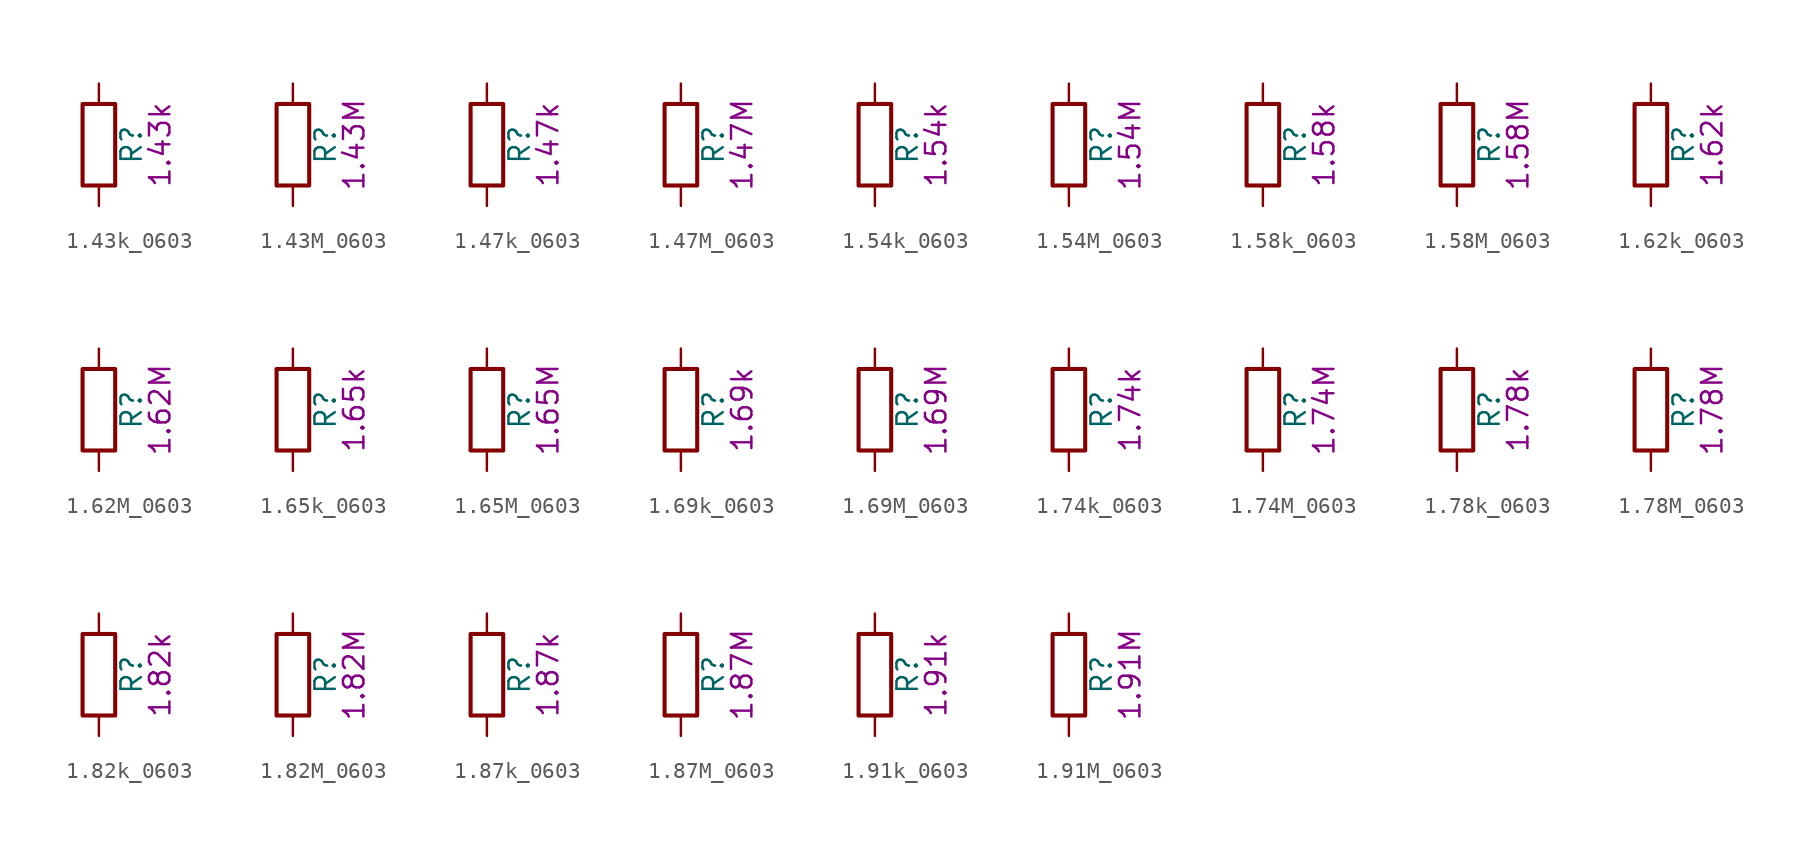
<source format=kicad_sym>
(kicad_symbol_lib
  (version 20211014)
  (generator kicad_symbol_editor)
  (symbol "1.43k_0603"
    (pin_numbers hide)
    (pin_names
      (offset 0))
    (property "Reference" "R"
      (at 2.032 0 90)
      (effects (font (size 1.27 1.27))))
    (property "Display" "1.43k"
      (at 3.81 0 90)
      (effects (font (size 1.27 1.27))))
    (symbol "1.43k_0603_0_1"
      (rectangle (start -1.016 -2.54) (end 1.016 2.54) (stroke (width 0.254) (type default) (color 0 0 0 0)) (fill (type none))))
    (symbol "1.43k_0603_1_1"
      (pin passive line (at 0 3.81 270) (length 1.27) (name "~" (effects (font (size 1.27 1.27)))) (number "1" (effects (font (size 1.27 1.27)))))
      (pin passive line (at 0 -3.81 90) (length 1.27) (name "~" (effects (font (size 1.27 1.27)))) (number "2" (effects (font (size 1.27 1.27)))))))
  (symbol "1.43M_0603"
    (pin_numbers hide)
    (pin_names
      (offset 0))
    (property "Reference" "R"
      (at 2.032 0 90)
      (effects (font (size 1.27 1.27))))
    (property "Display" "1.43M"
      (at 3.81 0 90)
      (effects (font (size 1.27 1.27))))
    (symbol "1.43M_0603_0_1"
      (rectangle (start -1.016 -2.54) (end 1.016 2.54) (stroke (width 0.254) (type default) (color 0 0 0 0)) (fill (type none))))
    (symbol "1.43M_0603_1_1"
      (pin passive line (at 0 3.81 270) (length 1.27) (name "~" (effects (font (size 1.27 1.27)))) (number "1" (effects (font (size 1.27 1.27)))))
      (pin passive line (at 0 -3.81 90) (length 1.27) (name "~" (effects (font (size 1.27 1.27)))) (number "2" (effects (font (size 1.27 1.27)))))))
  (symbol "1.47k_0603"
    (pin_numbers hide)
    (pin_names
      (offset 0))
    (property "Reference" "R"
      (at 2.032 0 90)
      (effects (font (size 1.27 1.27))))
    (property "Display" "1.47k"
      (at 3.81 0 90)
      (effects (font (size 1.27 1.27))))
    (symbol "1.47k_0603_0_1"
      (rectangle (start -1.016 -2.54) (end 1.016 2.54) (stroke (width 0.254) (type default) (color 0 0 0 0)) (fill (type none))))
    (symbol "1.47k_0603_1_1"
      (pin passive line (at 0 3.81 270) (length 1.27) (name "~" (effects (font (size 1.27 1.27)))) (number "1" (effects (font (size 1.27 1.27)))))
      (pin passive line (at 0 -3.81 90) (length 1.27) (name "~" (effects (font (size 1.27 1.27)))) (number "2" (effects (font (size 1.27 1.27)))))))
  (symbol "1.47M_0603"
    (pin_numbers hide)
    (pin_names
      (offset 0))
    (property "Reference" "R"
      (at 2.032 0 90)
      (effects (font (size 1.27 1.27))))
    (property "Display" "1.47M"
      (at 3.81 0 90)
      (effects (font (size 1.27 1.27))))
    (symbol "1.47M_0603_0_1"
      (rectangle (start -1.016 -2.54) (end 1.016 2.54) (stroke (width 0.254) (type default) (color 0 0 0 0)) (fill (type none))))
    (symbol "1.47M_0603_1_1"
      (pin passive line (at 0 3.81 270) (length 1.27) (name "~" (effects (font (size 1.27 1.27)))) (number "1" (effects (font (size 1.27 1.27)))))
      (pin passive line (at 0 -3.81 90) (length 1.27) (name "~" (effects (font (size 1.27 1.27)))) (number "2" (effects (font (size 1.27 1.27)))))))
  (symbol "1.54k_0603"
    (pin_numbers hide)
    (pin_names
      (offset 0))
    (property "Reference" "R"
      (at 2.032 0 90)
      (effects (font (size 1.27 1.27))))
    (property "Display" "1.54k"
      (at 3.81 0 90)
      (effects (font (size 1.27 1.27))))
    (symbol "1.54k_0603_0_1"
      (rectangle (start -1.016 -2.54) (end 1.016 2.54) (stroke (width 0.254) (type default) (color 0 0 0 0)) (fill (type none))))
    (symbol "1.54k_0603_1_1"
      (pin passive line (at 0 3.81 270) (length 1.27) (name "~" (effects (font (size 1.27 1.27)))) (number "1" (effects (font (size 1.27 1.27)))))
      (pin passive line (at 0 -3.81 90) (length 1.27) (name "~" (effects (font (size 1.27 1.27)))) (number "2" (effects (font (size 1.27 1.27)))))))
  (symbol "1.54M_0603"
    (pin_numbers hide)
    (pin_names
      (offset 0))
    (property "Reference" "R"
      (at 2.032 0 90)
      (effects (font (size 1.27 1.27))))
    (property "Display" "1.54M"
      (at 3.81 0 90)
      (effects (font (size 1.27 1.27))))
    (symbol "1.54M_0603_0_1"
      (rectangle (start -1.016 -2.54) (end 1.016 2.54) (stroke (width 0.254) (type default) (color 0 0 0 0)) (fill (type none))))
    (symbol "1.54M_0603_1_1"
      (pin passive line (at 0 3.81 270) (length 1.27) (name "~" (effects (font (size 1.27 1.27)))) (number "1" (effects (font (size 1.27 1.27)))))
      (pin passive line (at 0 -3.81 90) (length 1.27) (name "~" (effects (font (size 1.27 1.27)))) (number "2" (effects (font (size 1.27 1.27)))))))
  (symbol "1.58k_0603"
    (pin_numbers hide)
    (pin_names
      (offset 0))
    (property "Reference" "R"
      (at 2.032 0 90)
      (effects (font (size 1.27 1.27))))
    (property "Display" "1.58k"
      (at 3.81 0 90)
      (effects (font (size 1.27 1.27))))
    (symbol "1.58k_0603_0_1"
      (rectangle (start -1.016 -2.54) (end 1.016 2.54) (stroke (width 0.254) (type default) (color 0 0 0 0)) (fill (type none))))
    (symbol "1.58k_0603_1_1"
      (pin passive line (at 0 3.81 270) (length 1.27) (name "~" (effects (font (size 1.27 1.27)))) (number "1" (effects (font (size 1.27 1.27)))))
      (pin passive line (at 0 -3.81 90) (length 1.27) (name "~" (effects (font (size 1.27 1.27)))) (number "2" (effects (font (size 1.27 1.27)))))))
  (symbol "1.58M_0603"
    (pin_numbers hide)
    (pin_names
      (offset 0))
    (property "Reference" "R"
      (at 2.032 0 90)
      (effects (font (size 1.27 1.27))))
    (property "Display" "1.58M"
      (at 3.81 0 90)
      (effects (font (size 1.27 1.27))))
    (symbol "1.58M_0603_0_1"
      (rectangle (start -1.016 -2.54) (end 1.016 2.54) (stroke (width 0.254) (type default) (color 0 0 0 0)) (fill (type none))))
    (symbol "1.58M_0603_1_1"
      (pin passive line (at 0 3.81 270) (length 1.27) (name "~" (effects (font (size 1.27 1.27)))) (number "1" (effects (font (size 1.27 1.27)))))
      (pin passive line (at 0 -3.81 90) (length 1.27) (name "~" (effects (font (size 1.27 1.27)))) (number "2" (effects (font (size 1.27 1.27)))))))
  (symbol "1.62k_0603"
    (pin_numbers hide)
    (pin_names
      (offset 0))
    (property "Reference" "R"
      (at 2.032 0 90)
      (effects (font (size 1.27 1.27))))
    (property "Display" "1.62k"
      (at 3.81 0 90)
      (effects (font (size 1.27 1.27))))
    (symbol "1.62k_0603_0_1"
      (rectangle (start -1.016 -2.54) (end 1.016 2.54) (stroke (width 0.254) (type default) (color 0 0 0 0)) (fill (type none))))
    (symbol "1.62k_0603_1_1"
      (pin passive line (at 0 3.81 270) (length 1.27) (name "~" (effects (font (size 1.27 1.27)))) (number "1" (effects (font (size 1.27 1.27)))))
      (pin passive line (at 0 -3.81 90) (length 1.27) (name "~" (effects (font (size 1.27 1.27)))) (number "2" (effects (font (size 1.27 1.27)))))))
  (symbol "1.62M_0603"
    (pin_numbers hide)
    (pin_names
      (offset 0))
    (property "Reference" "R"
      (at 2.032 0 90)
      (effects (font (size 1.27 1.27))))
    (property "Display" "1.62M"
      (at 3.81 0 90)
      (effects (font (size 1.27 1.27))))
    (symbol "1.62M_0603_0_1"
      (rectangle (start -1.016 -2.54) (end 1.016 2.54) (stroke (width 0.254) (type default) (color 0 0 0 0)) (fill (type none))))
    (symbol "1.62M_0603_1_1"
      (pin passive line (at 0 3.81 270) (length 1.27) (name "~" (effects (font (size 1.27 1.27)))) (number "1" (effects (font (size 1.27 1.27)))))
      (pin passive line (at 0 -3.81 90) (length 1.27) (name "~" (effects (font (size 1.27 1.27)))) (number "2" (effects (font (size 1.27 1.27)))))))
  (symbol "1.65k_0603"
    (pin_numbers hide)
    (pin_names
      (offset 0))
    (property "Reference" "R"
      (at 2.032 0 90)
      (effects (font (size 1.27 1.27))))
    (property "Display" "1.65k"
      (at 3.81 0 90)
      (effects (font (size 1.27 1.27))))
    (symbol "1.65k_0603_0_1"
      (rectangle (start -1.016 -2.54) (end 1.016 2.54) (stroke (width 0.254) (type default) (color 0 0 0 0)) (fill (type none))))
    (symbol "1.65k_0603_1_1"
      (pin passive line (at 0 3.81 270) (length 1.27) (name "~" (effects (font (size 1.27 1.27)))) (number "1" (effects (font (size 1.27 1.27)))))
      (pin passive line (at 0 -3.81 90) (length 1.27) (name "~" (effects (font (size 1.27 1.27)))) (number "2" (effects (font (size 1.27 1.27)))))))
  (symbol "1.65M_0603"
    (pin_numbers hide)
    (pin_names
      (offset 0))
    (property "Reference" "R"
      (at 2.032 0 90)
      (effects (font (size 1.27 1.27))))
    (property "Display" "1.65M"
      (at 3.81 0 90)
      (effects (font (size 1.27 1.27))))
    (symbol "1.65M_0603_0_1"
      (rectangle (start -1.016 -2.54) (end 1.016 2.54) (stroke (width 0.254) (type default) (color 0 0 0 0)) (fill (type none))))
    (symbol "1.65M_0603_1_1"
      (pin passive line (at 0 3.81 270) (length 1.27) (name "~" (effects (font (size 1.27 1.27)))) (number "1" (effects (font (size 1.27 1.27)))))
      (pin passive line (at 0 -3.81 90) (length 1.27) (name "~" (effects (font (size 1.27 1.27)))) (number "2" (effects (font (size 1.27 1.27)))))))
  (symbol "1.69k_0603"
    (pin_numbers hide)
    (pin_names
      (offset 0))
    (property "Reference" "R"
      (at 2.032 0 90)
      (effects (font (size 1.27 1.27))))
    (property "Display" "1.69k"
      (at 3.81 0 90)
      (effects (font (size 1.27 1.27))))
    (symbol "1.69k_0603_0_1"
      (rectangle (start -1.016 -2.54) (end 1.016 2.54) (stroke (width 0.254) (type default) (color 0 0 0 0)) (fill (type none))))
    (symbol "1.69k_0603_1_1"
      (pin passive line (at 0 3.81 270) (length 1.27) (name "~" (effects (font (size 1.27 1.27)))) (number "1" (effects (font (size 1.27 1.27)))))
      (pin passive line (at 0 -3.81 90) (length 1.27) (name "~" (effects (font (size 1.27 1.27)))) (number "2" (effects (font (size 1.27 1.27)))))))
  (symbol "1.69M_0603"
    (pin_numbers hide)
    (pin_names
      (offset 0))
    (property "Reference" "R"
      (at 2.032 0 90)
      (effects (font (size 1.27 1.27))))
    (property "Display" "1.69M"
      (at 3.81 0 90)
      (effects (font (size 1.27 1.27))))
    (symbol "1.69M_0603_0_1"
      (rectangle (start -1.016 -2.54) (end 1.016 2.54) (stroke (width 0.254) (type default) (color 0 0 0 0)) (fill (type none))))
    (symbol "1.69M_0603_1_1"
      (pin passive line (at 0 3.81 270) (length 1.27) (name "~" (effects (font (size 1.27 1.27)))) (number "1" (effects (font (size 1.27 1.27)))))
      (pin passive line (at 0 -3.81 90) (length 1.27) (name "~" (effects (font (size 1.27 1.27)))) (number "2" (effects (font (size 1.27 1.27)))))))
  (symbol "1.74k_0603"
    (pin_numbers hide)
    (pin_names
      (offset 0))
    (property "Reference" "R"
      (at 2.032 0 90)
      (effects (font (size 1.27 1.27))))
    (property "Display" "1.74k"
      (at 3.81 0 90)
      (effects (font (size 1.27 1.27))))
    (symbol "1.74k_0603_0_1"
      (rectangle (start -1.016 -2.54) (end 1.016 2.54) (stroke (width 0.254) (type default) (color 0 0 0 0)) (fill (type none))))
    (symbol "1.74k_0603_1_1"
      (pin passive line (at 0 3.81 270) (length 1.27) (name "~" (effects (font (size 1.27 1.27)))) (number "1" (effects (font (size 1.27 1.27)))))
      (pin passive line (at 0 -3.81 90) (length 1.27) (name "~" (effects (font (size 1.27 1.27)))) (number "2" (effects (font (size 1.27 1.27)))))))
  (symbol "1.74M_0603"
    (pin_numbers hide)
    (pin_names
      (offset 0))
    (property "Reference" "R"
      (at 2.032 0 90)
      (effects (font (size 1.27 1.27))))
    (property "Display" "1.74M"
      (at 3.81 0 90)
      (effects (font (size 1.27 1.27))))
    (symbol "1.74M_0603_0_1"
      (rectangle (start -1.016 -2.54) (end 1.016 2.54) (stroke (width 0.254) (type default) (color 0 0 0 0)) (fill (type none))))
    (symbol "1.74M_0603_1_1"
      (pin passive line (at 0 3.81 270) (length 1.27) (name "~" (effects (font (size 1.27 1.27)))) (number "1" (effects (font (size 1.27 1.27)))))
      (pin passive line (at 0 -3.81 90) (length 1.27) (name "~" (effects (font (size 1.27 1.27)))) (number "2" (effects (font (size 1.27 1.27)))))))
  (symbol "1.78k_0603"
    (pin_numbers hide)
    (pin_names
      (offset 0))
    (property "Reference" "R"
      (at 2.032 0 90)
      (effects (font (size 1.27 1.27))))
    (property "Display" "1.78k"
      (at 3.81 0 90)
      (effects (font (size 1.27 1.27))))
    (symbol "1.78k_0603_0_1"
      (rectangle (start -1.016 -2.54) (end 1.016 2.54) (stroke (width 0.254) (type default) (color 0 0 0 0)) (fill (type none))))
    (symbol "1.78k_0603_1_1"
      (pin passive line (at 0 3.81 270) (length 1.27) (name "~" (effects (font (size 1.27 1.27)))) (number "1" (effects (font (size 1.27 1.27)))))
      (pin passive line (at 0 -3.81 90) (length 1.27) (name "~" (effects (font (size 1.27 1.27)))) (number "2" (effects (font (size 1.27 1.27)))))))
  (symbol "1.78M_0603"
    (pin_numbers hide)
    (pin_names
      (offset 0))
    (property "Reference" "R"
      (at 2.032 0 90)
      (effects (font (size 1.27 1.27))))
    (property "Display" "1.78M"
      (at 3.81 0 90)
      (effects (font (size 1.27 1.27))))
    (symbol "1.78M_0603_0_1"
      (rectangle (start -1.016 -2.54) (end 1.016 2.54) (stroke (width 0.254) (type default) (color 0 0 0 0)) (fill (type none))))
    (symbol "1.78M_0603_1_1"
      (pin passive line (at 0 3.81 270) (length 1.27) (name "~" (effects (font (size 1.27 1.27)))) (number "1" (effects (font (size 1.27 1.27)))))
      (pin passive line (at 0 -3.81 90) (length 1.27) (name "~" (effects (font (size 1.27 1.27)))) (number "2" (effects (font (size 1.27 1.27)))))))
  (symbol "1.82k_0603"
    (pin_numbers hide)
    (pin_names
      (offset 0))
    (property "Reference" "R"
      (at 2.032 0 90)
      (effects (font (size 1.27 1.27))))
    (property "Display" "1.82k"
      (at 3.81 0 90)
      (effects (font (size 1.27 1.27))))
    (symbol "1.82k_0603_0_1"
      (rectangle (start -1.016 -2.54) (end 1.016 2.54) (stroke (width 0.254) (type default) (color 0 0 0 0)) (fill (type none))))
    (symbol "1.82k_0603_1_1"
      (pin passive line (at 0 3.81 270) (length 1.27) (name "~" (effects (font (size 1.27 1.27)))) (number "1" (effects (font (size 1.27 1.27)))))
      (pin passive line (at 0 -3.81 90) (length 1.27) (name "~" (effects (font (size 1.27 1.27)))) (number "2" (effects (font (size 1.27 1.27)))))))
  (symbol "1.82M_0603"
    (pin_numbers hide)
    (pin_names
      (offset 0))
    (property "Reference" "R"
      (at 2.032 0 90)
      (effects (font (size 1.27 1.27))))
    (property "Display" "1.82M"
      (at 3.81 0 90)
      (effects (font (size 1.27 1.27))))
    (symbol "1.82M_0603_0_1"
      (rectangle (start -1.016 -2.54) (end 1.016 2.54) (stroke (width 0.254) (type default) (color 0 0 0 0)) (fill (type none))))
    (symbol "1.82M_0603_1_1"
      (pin passive line (at 0 3.81 270) (length 1.27) (name "~" (effects (font (size 1.27 1.27)))) (number "1" (effects (font (size 1.27 1.27)))))
      (pin passive line (at 0 -3.81 90) (length 1.27) (name "~" (effects (font (size 1.27 1.27)))) (number "2" (effects (font (size 1.27 1.27)))))))
  (symbol "1.87k_0603"
    (pin_numbers hide)
    (pin_names
      (offset 0))
    (property "Reference" "R"
      (at 2.032 0 90)
      (effects (font (size 1.27 1.27))))
    (property "Display" "1.87k"
      (at 3.81 0 90)
      (effects (font (size 1.27 1.27))))
    (symbol "1.87k_0603_0_1"
      (rectangle (start -1.016 -2.54) (end 1.016 2.54) (stroke (width 0.254) (type default) (color 0 0 0 0)) (fill (type none))))
    (symbol "1.87k_0603_1_1"
      (pin passive line (at 0 3.81 270) (length 1.27) (name "~" (effects (font (size 1.27 1.27)))) (number "1" (effects (font (size 1.27 1.27)))))
      (pin passive line (at 0 -3.81 90) (length 1.27) (name "~" (effects (font (size 1.27 1.27)))) (number "2" (effects (font (size 1.27 1.27)))))))
  (symbol "1.87M_0603"
    (pin_numbers hide)
    (pin_names
      (offset 0))
    (property "Reference" "R"
      (at 2.032 0 90)
      (effects (font (size 1.27 1.27))))
    (property "Display" "1.87M"
      (at 3.81 0 90)
      (effects (font (size 1.27 1.27))))
    (symbol "1.87M_0603_0_1"
      (rectangle (start -1.016 -2.54) (end 1.016 2.54) (stroke (width 0.254) (type default) (color 0 0 0 0)) (fill (type none))))
    (symbol "1.87M_0603_1_1"
      (pin passive line (at 0 3.81 270) (length 1.27) (name "~" (effects (font (size 1.27 1.27)))) (number "1" (effects (font (size 1.27 1.27)))))
      (pin passive line (at 0 -3.81 90) (length 1.27) (name "~" (effects (font (size 1.27 1.27)))) (number "2" (effects (font (size 1.27 1.27)))))))
  (symbol "1.91k_0603"
    (pin_numbers hide)
    (pin_names
      (offset 0))
    (property "Reference" "R"
      (at 2.032 0 90)
      (effects (font (size 1.27 1.27))))
    (property "Display" "1.91k"
      (at 3.81 0 90)
      (effects (font (size 1.27 1.27))))
    (symbol "1.91k_0603_0_1"
      (rectangle (start -1.016 -2.54) (end 1.016 2.54) (stroke (width 0.254) (type default) (color 0 0 0 0)) (fill (type none))))
    (symbol "1.91k_0603_1_1"
      (pin passive line (at 0 3.81 270) (length 1.27) (name "~" (effects (font (size 1.27 1.27)))) (number "1" (effects (font (size 1.27 1.27)))))
      (pin passive line (at 0 -3.81 90) (length 1.27) (name "~" (effects (font (size 1.27 1.27)))) (number "2" (effects (font (size 1.27 1.27)))))))
  (symbol "1.91M_0603"
    (pin_numbers hide)
    (pin_names
      (offset 0))
    (property "Reference" "R"
      (at 2.032 0 90)
      (effects (font (size 1.27 1.27))))
    (property "Display" "1.91M"
      (at 3.81 0 90)
      (effects (font (size 1.27 1.27))))
    (symbol "1.91M_0603_0_1"
      (rectangle (start -1.016 -2.54) (end 1.016 2.54) (stroke (width 0.254) (type default) (color 0 0 0 0)) (fill (type none))))
    (symbol "1.91M_0603_1_1"
      (pin passive line (at 0 3.81 270) (length 1.27) (name "~" (effects (font (size 1.27 1.27)))) (number "1" (effects (font (size 1.27 1.27)))))
      (pin passive line (at 0 -3.81 90) (length 1.27) (name "~" (effects (font (size 1.27 1.27)))) (number "2" (effects (font (size 1.27 1.27))))))))
</source>
